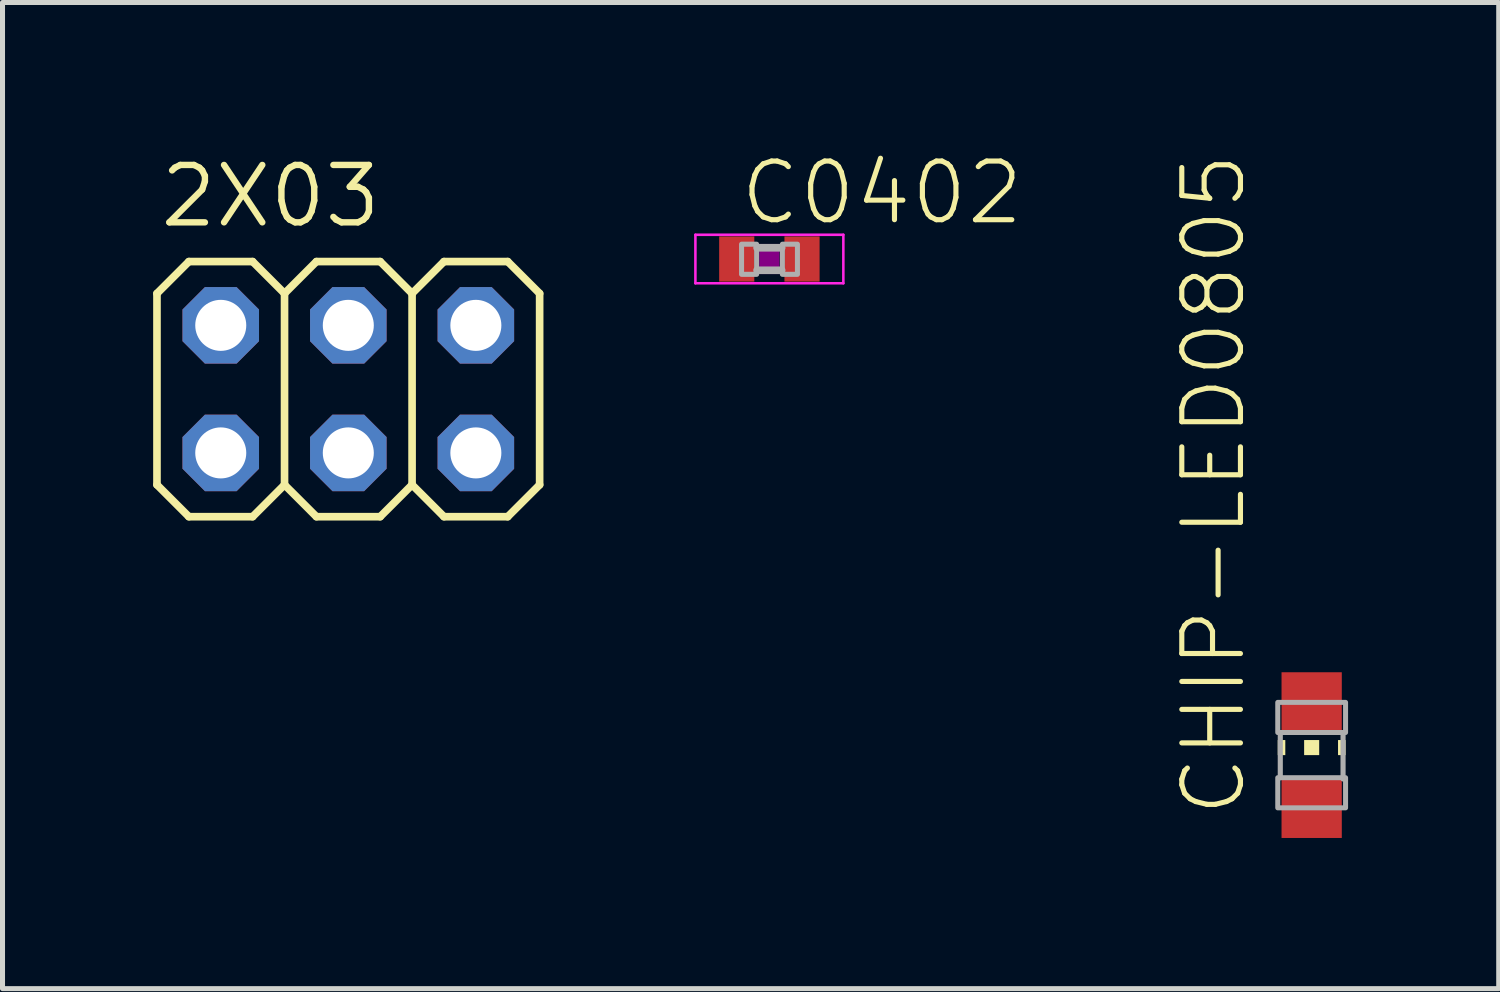
<source format=kicad_pcb>
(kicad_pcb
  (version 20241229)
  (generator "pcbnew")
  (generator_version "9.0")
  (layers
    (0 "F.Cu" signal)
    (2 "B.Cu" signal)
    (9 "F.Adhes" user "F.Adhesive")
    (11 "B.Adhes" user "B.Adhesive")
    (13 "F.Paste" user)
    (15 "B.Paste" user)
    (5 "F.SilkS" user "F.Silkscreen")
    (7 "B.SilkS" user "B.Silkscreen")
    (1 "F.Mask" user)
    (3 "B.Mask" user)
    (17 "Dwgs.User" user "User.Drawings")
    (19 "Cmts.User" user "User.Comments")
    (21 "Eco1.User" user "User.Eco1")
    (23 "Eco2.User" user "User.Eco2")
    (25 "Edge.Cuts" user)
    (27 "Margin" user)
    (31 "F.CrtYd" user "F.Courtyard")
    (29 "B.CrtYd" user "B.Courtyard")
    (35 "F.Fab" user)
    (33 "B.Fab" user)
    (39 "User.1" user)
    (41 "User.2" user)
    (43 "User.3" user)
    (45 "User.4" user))
  (footprint "C0402"
    (layer "F.Cu")
    (at 12.271 2.108)
    (property "Reference" "C0402" (at -0.635 -0.635 0) (layer "F.SilkS") (effects (font (size 1.168 1.168) (thickness 0.102)) (justify left bottom)))
    (fp_poly (pts (xy -0.2 0.3) (xy 0.2 0.3) (xy 0.2 -0.3) (xy -0.2 -0.3)) (stroke (width 0) (type solid)) (fill yes) (layer "F.Adhes"))
    (fp_line (start -1.473 -0.483) (end 1.473 -0.483) (stroke (width 0.051) (type solid)) (layer "F.CrtYd"))
    (fp_line (start -1.473 0.483) (end -1.473 -0.483) (stroke (width 0.051) (type solid)) (layer "F.CrtYd"))
    (fp_line (start 1.473 -0.483) (end 1.473 0.483) (stroke (width 0.051) (type solid)) (layer "F.CrtYd"))
    (fp_line (start 1.473 0.483) (end -1.473 0.483) (stroke (width 0.051) (type solid)) (layer "F.CrtYd"))
    (fp_line (start -0.245 -0.224) (end 0.245 -0.224) (stroke (width 0.152) (type solid)) (layer "F.Fab"))
    (fp_line (start 0.245 0.224) (end -0.245 0.224) (stroke (width 0.152) (type solid)) (layer "F.Fab"))
    (fp_poly (pts (xy -0.554 0.305) (xy -0.254 0.305) (xy -0.254 -0.295) (xy -0.554 -0.295)) (stroke (width 0.1) (type solid)) (fill no) (layer "F.Fab"))
    (fp_poly (pts (xy 0.259 0.305) (xy 0.559 0.305) (xy 0.559 -0.295) (xy 0.259 -0.295)) (stroke (width 0.1) (type solid)) (fill no) (layer "F.Fab"))
    (pad "1" smd rect (at -0.65 0) (size 0.7 0.9) (layers "F.Cu" "F.Mask" "F.Paste"))
    (pad "2" smd rect (at 0.65 0) (size 0.7 0.9) (layers "F.Cu" "F.Mask" "F.Paste")))
  (footprint "2X03"
    (layer "F.Cu")
    (at 3.886 4.699)
    (property "Reference" "2X03" (at -3.81 -3.175 0) (layer "F.SilkS") (effects (font (size 1.143 1.143) (thickness 0.127)) (justify left bottom)))
    (fp_line (start -3.81 -1.905) (end -3.175 -2.54) (stroke (width 0.152) (type solid)) (layer "F.SilkS"))
    (fp_line (start -3.81 1.905) (end -3.81 -1.905) (stroke (width 0.152) (type solid)) (layer "F.SilkS"))
    (fp_line (start -3.81 1.905) (end -3.175 2.54) (stroke (width 0.152) (type solid)) (layer "F.SilkS"))
    (fp_line (start -3.175 -2.54) (end -1.905 -2.54) (stroke (width 0.152) (type solid)) (layer "F.SilkS"))
    (fp_line (start -3.175 2.54) (end -1.905 2.54) (stroke (width 0.152) (type solid)) (layer "F.SilkS"))
    (fp_line (start -1.905 -2.54) (end -1.27 -1.905) (stroke (width 0.152) (type solid)) (layer "F.SilkS"))
    (fp_line (start -1.905 2.54) (end -1.27 1.905) (stroke (width 0.152) (type solid)) (layer "F.SilkS"))
    (fp_line (start -1.27 -1.905) (end -1.27 1.905) (stroke (width 0.152) (type solid)) (layer "F.SilkS"))
    (fp_line (start -1.27 -1.905) (end -0.635 -2.54) (stroke (width 0.152) (type solid)) (layer "F.SilkS"))
    (fp_line (start -1.27 1.905) (end -0.635 2.54) (stroke (width 0.152) (type solid)) (layer "F.SilkS"))
    (fp_line (start -0.635 -2.54) (end 0.635 -2.54) (stroke (width 0.152) (type solid)) (layer "F.SilkS"))
    (fp_line (start -0.635 2.54) (end 0.635 2.54) (stroke (width 0.152) (type solid)) (layer "F.SilkS"))
    (fp_line (start 0.635 -2.54) (end 1.27 -1.905) (stroke (width 0.152) (type solid)) (layer "F.SilkS"))
    (fp_line (start 0.635 2.54) (end 1.27 1.905) (stroke (width 0.152) (type solid)) (layer "F.SilkS"))
    (fp_line (start 1.27 -1.905) (end 1.27 1.905) (stroke (width 0.152) (type solid)) (layer "F.SilkS"))
    (fp_line (start 1.27 -1.905) (end 1.905 -2.54) (stroke (width 0.152) (type solid)) (layer "F.SilkS"))
    (fp_line (start 1.27 1.905) (end 1.905 2.54) (stroke (width 0.152) (type solid)) (layer "F.SilkS"))
    (fp_line (start 1.905 -2.54) (end 3.175 -2.54) (stroke (width 0.152) (type solid)) (layer "F.SilkS"))
    (fp_line (start 1.905 2.54) (end 3.175 2.54) (stroke (width 0.152) (type solid)) (layer "F.SilkS"))
    (fp_line (start 3.175 -2.54) (end 3.81 -1.905) (stroke (width 0.152) (type solid)) (layer "F.SilkS"))
    (fp_line (start 3.175 2.54) (end 3.81 1.905) (stroke (width 0.152) (type solid)) (layer "F.SilkS"))
    (fp_line (start 3.81 -1.905) (end 3.81 1.905) (stroke (width 0.152) (type solid)) (layer "F.SilkS"))
    (fp_poly (pts (xy -2.794 -1.016) (xy -2.286 -1.016) (xy -2.286 -1.524) (xy -2.794 -1.524)) (stroke (width 0.1) (type solid)) (fill no) (layer "F.Fab"))
    (fp_poly (pts (xy -2.794 1.524) (xy -2.286 1.524) (xy -2.286 1.016) (xy -2.794 1.016)) (stroke (width 0.1) (type solid)) (fill no) (layer "F.Fab"))
    (fp_poly (pts (xy -0.254 -1.016) (xy 0.254 -1.016) (xy 0.254 -1.524) (xy -0.254 -1.524)) (stroke (width 0.1) (type solid)) (fill no) (layer "F.Fab"))
    (fp_poly (pts (xy -0.254 1.524) (xy 0.254 1.524) (xy 0.254 1.016) (xy -0.254 1.016)) (stroke (width 0.1) (type solid)) (fill no) (layer "F.Fab"))
    (fp_poly (pts (xy 2.286 -1.016) (xy 2.794 -1.016) (xy 2.794 -1.524) (xy 2.286 -1.524)) (stroke (width 0.1) (type solid)) (fill no) (layer "F.Fab"))
    (fp_poly (pts (xy 2.286 1.524) (xy 2.794 1.524) (xy 2.794 1.016) (xy 2.286 1.016)) (stroke (width 0.1) (type solid)) (fill no) (layer "F.Fab"))
    (pad "1" thru_hole roundrect (at -2.54 1.27) (size 1.524 1.524) (drill 1.016) (layers "*.Cu" "*.Mask") (roundrect_rratio 0.25) (chamfer_ratio 0.293) (chamfer top_left top_right bottom_left bottom_right))
    (pad "2" thru_hole roundrect (at -2.54 -1.27) (size 1.524 1.524) (drill 1.016) (layers "*.Cu" "*.Mask") (roundrect_rratio 0.25) (chamfer_ratio 0.293) (chamfer top_left top_right bottom_left bottom_right))
    (pad "3" thru_hole roundrect (at 0 1.27) (size 1.524 1.524) (drill 1.016) (layers "*.Cu" "*.Mask") (roundrect_rratio 0.25) (chamfer_ratio 0.293) (chamfer top_left top_right bottom_left bottom_right))
    (pad "4" thru_hole roundrect (at 0 -1.27) (size 1.524 1.524) (drill 1.016) (layers "*.Cu" "*.Mask") (roundrect_rratio 0.25) (chamfer_ratio 0.293) (chamfer top_left top_right bottom_left bottom_right))
    (pad "5" thru_hole roundrect (at 2.54 1.27) (size 1.524 1.524) (drill 1.016) (layers "*.Cu" "*.Mask") (roundrect_rratio 0.25) (chamfer_ratio 0.293) (chamfer top_left top_right bottom_left bottom_right))
    (pad "6" thru_hole roundrect (at 2.54 -1.27) (size 1.524 1.524) (drill 1.016) (layers "*.Cu" "*.Mask") (roundrect_rratio 0.25) (chamfer_ratio 0.293) (chamfer top_left top_right bottom_left bottom_right)))
  (footprint "CHIP-LED0805"
    (layer "F.Cu")
    (at 23.07 11.987)
    (property "Reference" "CHIP-LED0805" (at -1.27 1.27 90) (layer "F.SilkS") (effects (font (size 1.168 1.168) (thickness 0.102)) (justify left bottom)))
    (fp_poly (pts (xy -0.675 0) (xy -0.525 0) (xy -0.525 -0.3) (xy -0.675 -0.3)) (stroke (width 0) (type solid)) (fill yes) (layer "F.SilkS"))
    (fp_poly (pts (xy -0.15 0) (xy 0.15 0) (xy 0.15 -0.3) (xy -0.15 -0.3)) (stroke (width 0) (type solid)) (fill yes) (layer "F.SilkS"))
    (fp_poly (pts (xy 0.525 0) (xy 0.675 0) (xy 0.675 -0.3) (xy 0.525 -0.3)) (stroke (width 0) (type solid)) (fill yes) (layer "F.SilkS"))
    (fp_line (start -0.625 -0.45) (end -0.625 0.45) (stroke (width 0.102) (type solid)) (layer "F.Fab"))
    (fp_line (start 0.625 -0.45) (end 0.625 0.475) (stroke (width 0.102) (type solid)) (layer "F.Fab"))
    (fp_poly (pts (xy -0.675 -0.45) (xy 0.675 -0.45) (xy 0.675 -1.05) (xy -0.675 -1.05)) (stroke (width 0.1) (type solid)) (fill no) (layer "F.Fab"))
    (fp_poly (pts (xy -0.675 1.05) (xy 0.675 1.05) (xy 0.675 0.45) (xy -0.675 0.45)) (stroke (width 0.1) (type solid)) (fill no) (layer "F.Fab"))
    (pad "A" smd rect (at 0 1.05) (size 1.2 1.2) (layers "F.Cu" "F.Mask" "F.Paste"))
    (pad "C" smd rect (at 0 -1.05) (size 1.2 1.2) (layers "F.Cu" "F.Mask" "F.Paste")))
  (gr_rect
    (start -3 -3)
    (end 26.795 16.637)
    (stroke (width 0.1) (type default))
    (fill no)
    (layer "Edge.Cuts")))
</source>
